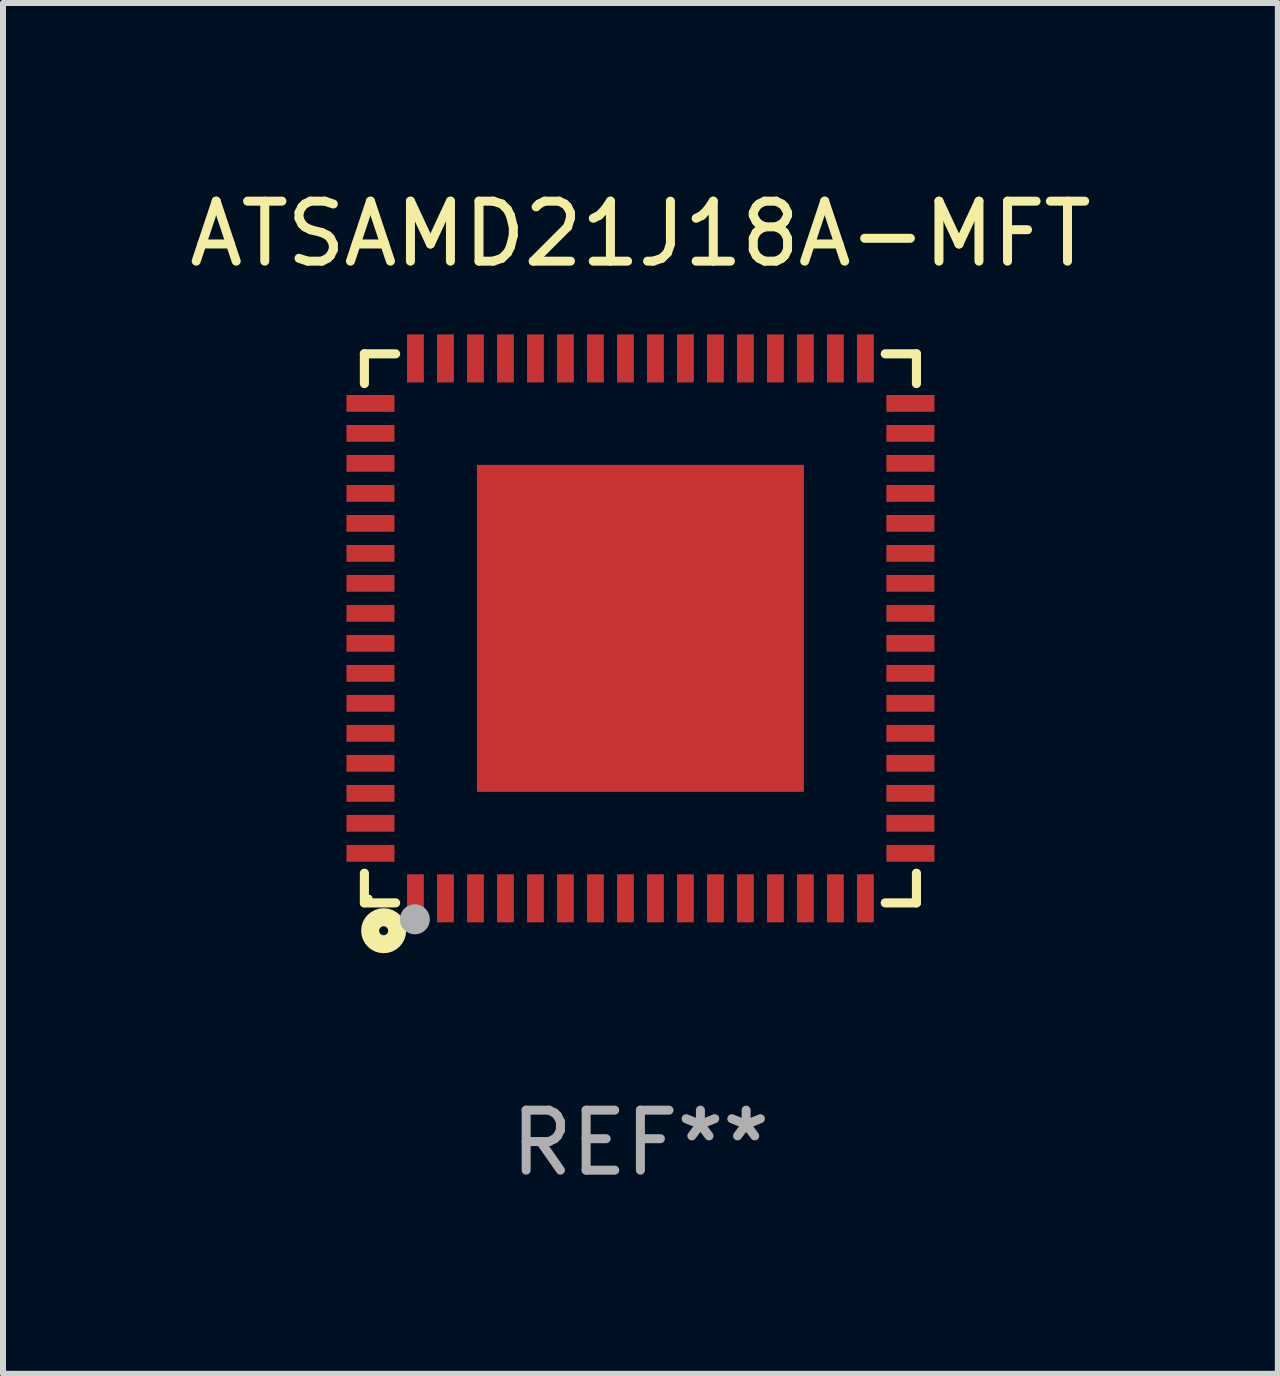
<source format=kicad_pcb>
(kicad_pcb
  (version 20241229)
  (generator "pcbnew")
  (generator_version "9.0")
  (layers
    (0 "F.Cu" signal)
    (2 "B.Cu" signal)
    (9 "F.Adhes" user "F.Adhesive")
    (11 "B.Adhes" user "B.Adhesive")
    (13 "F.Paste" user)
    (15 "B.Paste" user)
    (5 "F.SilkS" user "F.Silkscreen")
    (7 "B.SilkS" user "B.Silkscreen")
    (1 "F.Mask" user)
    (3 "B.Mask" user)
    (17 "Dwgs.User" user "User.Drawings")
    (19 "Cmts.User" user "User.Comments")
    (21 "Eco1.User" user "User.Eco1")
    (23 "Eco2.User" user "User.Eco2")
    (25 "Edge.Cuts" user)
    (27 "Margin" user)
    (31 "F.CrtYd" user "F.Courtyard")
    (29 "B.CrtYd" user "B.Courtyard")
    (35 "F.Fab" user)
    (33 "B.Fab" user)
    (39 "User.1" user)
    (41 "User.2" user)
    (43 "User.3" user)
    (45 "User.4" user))
  (footprint "ATSAMD21J18A-MFT"
    (layer "F.Cu")
    (at 7.625 7.424)
    (property "Reference" "ATSAMD21J18A-MFT" (at 0 -6.576 0) (layer "F.SilkS") (effects (font (size 1 1) (thickness 0.15))))
    (attr through_hole)
    (fp_line (start -4.601 -4.576) (end -4.081 -4.576) (stroke (width 0.152) (type solid)) (layer "F.SilkS"))
    (fp_line (start -4.601 -4.081) (end -4.601 -4.576) (stroke (width 0.152) (type solid)) (layer "F.SilkS"))
    (fp_line (start -4.601 4.081) (end -4.601 4.576) (stroke (width 0.152) (type solid)) (layer "F.SilkS"))
    (fp_line (start -4.601 4.576) (end -4.081 4.576) (stroke (width 0.152) (type solid)) (layer "F.SilkS"))
    (fp_line (start 4.601 -4.576) (end 4.081 -4.576) (stroke (width 0.152) (type solid)) (layer "F.SilkS"))
    (fp_line (start 4.601 -4.081) (end 4.601 -4.576) (stroke (width 0.152) (type solid)) (layer "F.SilkS"))
    (fp_line (start 4.601 4.081) (end 4.601 4.576) (stroke (width 0.152) (type solid)) (layer "F.SilkS"))
    (fp_line (start 4.601 4.576) (end 4.081 4.576) (stroke (width 0.152) (type solid)) (layer "F.SilkS"))
    (fp_circle (center -4.525 4.5) (end -4.495 4.5) (stroke (width 0.06) (type solid)) (fill no) (layer "F.SilkS"))
    (fp_circle (center -4.28 5.04) (end -4.205 5.04) (stroke (width 0.3) (type solid)) (fill no) (layer "F.SilkS"))
    (fp_circle (center -3.76 4.85) (end -3.635 4.85) (stroke (width 0.25) (type solid)) (fill no) (layer "F.Fab"))
    (fp_text user "REF**" (at 0 8.576 0) (layer "F.Fab") (effects (font (size 1 1) (thickness 0.15))))
    (pad "1" smd rect (at -3.75 4.5) (size 0.28 0.8) (layers "F.Cu" "F.Mask" "F.Paste"))
    (pad "2" smd rect (at -3.25 4.5) (size 0.28 0.8) (layers "F.Cu" "F.Mask" "F.Paste"))
    (pad "3" smd rect (at -2.75 4.5) (size 0.28 0.8) (layers "F.Cu" "F.Mask" "F.Paste"))
    (pad "4" smd rect (at -2.25 4.5) (size 0.28 0.8) (layers "F.Cu" "F.Mask" "F.Paste"))
    (pad "5" smd rect (at -1.75 4.5) (size 0.28 0.8) (layers "F.Cu" "F.Mask" "F.Paste"))
    (pad "6" smd rect (at -1.25 4.5) (size 0.28 0.8) (layers "F.Cu" "F.Mask" "F.Paste"))
    (pad "7" smd rect (at -0.75 4.5) (size 0.28 0.8) (layers "F.Cu" "F.Mask" "F.Paste"))
    (pad "8" smd rect (at -0.25 4.5) (size 0.28 0.8) (layers "F.Cu" "F.Mask" "F.Paste"))
    (pad "9" smd rect (at 0.25 4.5) (size 0.28 0.8) (layers "F.Cu" "F.Mask" "F.Paste"))
    (pad "10" smd rect (at 0.75 4.5) (size 0.28 0.8) (layers "F.Cu" "F.Mask" "F.Paste"))
    (pad "11" smd rect (at 1.25 4.5) (size 0.28 0.8) (layers "F.Cu" "F.Mask" "F.Paste"))
    (pad "12" smd rect (at 1.75 4.5) (size 0.28 0.8) (layers "F.Cu" "F.Mask" "F.Paste"))
    (pad "13" smd rect (at 2.25 4.5) (size 0.28 0.8) (layers "F.Cu" "F.Mask" "F.Paste"))
    (pad "14" smd rect (at 2.75 4.5) (size 0.28 0.8) (layers "F.Cu" "F.Mask" "F.Paste"))
    (pad "15" smd rect (at 3.25 4.5) (size 0.28 0.8) (layers "F.Cu" "F.Mask" "F.Paste"))
    (pad "16" smd rect (at 3.75 4.5) (size 0.28 0.8) (layers "F.Cu" "F.Mask" "F.Paste"))
    (pad "17" smd rect (at 4.5 3.75) (size 0.8 0.28) (layers "F.Cu" "F.Mask" "F.Paste"))
    (pad "18" smd rect (at 4.5 3.25) (size 0.8 0.28) (layers "F.Cu" "F.Mask" "F.Paste"))
    (pad "19" smd rect (at 4.5 2.75) (size 0.8 0.28) (layers "F.Cu" "F.Mask" "F.Paste"))
    (pad "20" smd rect (at 4.5 2.25) (size 0.8 0.28) (layers "F.Cu" "F.Mask" "F.Paste"))
    (pad "21" smd rect (at 4.5 1.75) (size 0.8 0.28) (layers "F.Cu" "F.Mask" "F.Paste"))
    (pad "22" smd rect (at 4.5 1.25) (size 0.8 0.28) (layers "F.Cu" "F.Mask" "F.Paste"))
    (pad "23" smd rect (at 4.5 0.75) (size 0.8 0.28) (layers "F.Cu" "F.Mask" "F.Paste"))
    (pad "24" smd rect (at 4.5 0.25) (size 0.8 0.28) (layers "F.Cu" "F.Mask" "F.Paste"))
    (pad "25" smd rect (at 4.5 -0.25) (size 0.8 0.28) (layers "F.Cu" "F.Mask" "F.Paste"))
    (pad "26" smd rect (at 4.5 -0.75) (size 0.8 0.28) (layers "F.Cu" "F.Mask" "F.Paste"))
    (pad "27" smd rect (at 4.5 -1.25) (size 0.8 0.28) (layers "F.Cu" "F.Mask" "F.Paste"))
    (pad "28" smd rect (at 4.5 -1.75) (size 0.8 0.28) (layers "F.Cu" "F.Mask" "F.Paste"))
    (pad "29" smd rect (at 4.5 -2.25) (size 0.8 0.28) (layers "F.Cu" "F.Mask" "F.Paste"))
    (pad "30" smd rect (at 4.5 -2.75) (size 0.8 0.28) (layers "F.Cu" "F.Mask" "F.Paste"))
    (pad "31" smd rect (at 4.5 -3.25) (size 0.8 0.28) (layers "F.Cu" "F.Mask" "F.Paste"))
    (pad "32" smd rect (at 4.5 -3.75) (size 0.8 0.28) (layers "F.Cu" "F.Mask" "F.Paste"))
    (pad "33" smd rect (at 3.75 -4.5) (size 0.28 0.8) (layers "F.Cu" "F.Mask" "F.Paste"))
    (pad "34" smd rect (at 3.25 -4.5) (size 0.28 0.8) (layers "F.Cu" "F.Mask" "F.Paste"))
    (pad "35" smd rect (at 2.75 -4.5) (size 0.28 0.8) (layers "F.Cu" "F.Mask" "F.Paste"))
    (pad "36" smd rect (at 2.25 -4.5) (size 0.28 0.8) (layers "F.Cu" "F.Mask" "F.Paste"))
    (pad "37" smd rect (at 1.75 -4.5) (size 0.28 0.8) (layers "F.Cu" "F.Mask" "F.Paste"))
    (pad "38" smd rect (at 1.25 -4.5) (size 0.28 0.8) (layers "F.Cu" "F.Mask" "F.Paste"))
    (pad "39" smd rect (at 0.75 -4.5) (size 0.28 0.8) (layers "F.Cu" "F.Mask" "F.Paste"))
    (pad "40" smd rect (at 0.25 -4.5) (size 0.28 0.8) (layers "F.Cu" "F.Mask" "F.Paste"))
    (pad "41" smd rect (at -0.25 -4.5) (size 0.28 0.8) (layers "F.Cu" "F.Mask" "F.Paste"))
    (pad "42" smd rect (at -0.75 -4.5) (size 0.28 0.8) (layers "F.Cu" "F.Mask" "F.Paste"))
    (pad "43" smd rect (at -1.25 -4.5) (size 0.28 0.8) (layers "F.Cu" "F.Mask" "F.Paste"))
    (pad "44" smd rect (at -1.75 -4.5) (size 0.28 0.8) (layers "F.Cu" "F.Mask" "F.Paste"))
    (pad "45" smd rect (at -2.25 -4.5) (size 0.28 0.8) (layers "F.Cu" "F.Mask" "F.Paste"))
    (pad "46" smd rect (at -2.75 -4.5) (size 0.28 0.8) (layers "F.Cu" "F.Mask" "F.Paste"))
    (pad "47" smd rect (at -3.25 -4.5) (size 0.28 0.8) (layers "F.Cu" "F.Mask" "F.Paste"))
    (pad "48" smd rect (at -3.75 -4.5) (size 0.28 0.8) (layers "F.Cu" "F.Mask" "F.Paste"))
    (pad "49" smd rect (at -4.5 -3.75) (size 0.8 0.28) (layers "F.Cu" "F.Mask" "F.Paste"))
    (pad "50" smd rect (at -4.5 -3.25) (size 0.8 0.28) (layers "F.Cu" "F.Mask" "F.Paste"))
    (pad "51" smd rect (at -4.5 -2.75) (size 0.8 0.28) (layers "F.Cu" "F.Mask" "F.Paste"))
    (pad "52" smd rect (at -4.5 -2.25) (size 0.8 0.28) (layers "F.Cu" "F.Mask" "F.Paste"))
    (pad "53" smd rect (at -4.5 -1.75) (size 0.8 0.28) (layers "F.Cu" "F.Mask" "F.Paste"))
    (pad "54" smd rect (at -4.5 -1.25) (size 0.8 0.28) (layers "F.Cu" "F.Mask" "F.Paste"))
    (pad "55" smd rect (at -4.5 -0.75) (size 0.8 0.28) (layers "F.Cu" "F.Mask" "F.Paste"))
    (pad "56" smd rect (at -4.5 -0.25) (size 0.8 0.28) (layers "F.Cu" "F.Mask" "F.Paste"))
    (pad "57" smd rect (at -4.5 0.25) (size 0.8 0.28) (layers "F.Cu" "F.Mask" "F.Paste"))
    (pad "58" smd rect (at -4.5 0.75) (size 0.8 0.28) (layers "F.Cu" "F.Mask" "F.Paste"))
    (pad "59" smd rect (at -4.5 1.25) (size 0.8 0.28) (layers "F.Cu" "F.Mask" "F.Paste"))
    (pad "60" smd rect (at -4.5 1.75) (size 0.8 0.28) (layers "F.Cu" "F.Mask" "F.Paste"))
    (pad "61" smd rect (at -4.5 2.25) (size 0.8 0.28) (layers "F.Cu" "F.Mask" "F.Paste"))
    (pad "62" smd rect (at -4.5 2.75) (size 0.8 0.28) (layers "F.Cu" "F.Mask" "F.Paste"))
    (pad "63" smd rect (at -4.5 3.25) (size 0.8 0.28) (layers "F.Cu" "F.Mask" "F.Paste"))
    (pad "64" smd rect (at -4.5 3.75) (size 0.8 0.28) (layers "F.Cu" "F.Mask" "F.Paste"))
    (pad "65" smd rect (at 0 0) (size 5.45 5.45) (layers "F.Cu" "F.Mask" "F.Paste")))
  (gr_rect
    (start -3 -3)
    (end 18.25 19.849)
    (stroke (width 0.1) (type default))
    (fill no)
    (layer "Edge.Cuts")))
</source>
